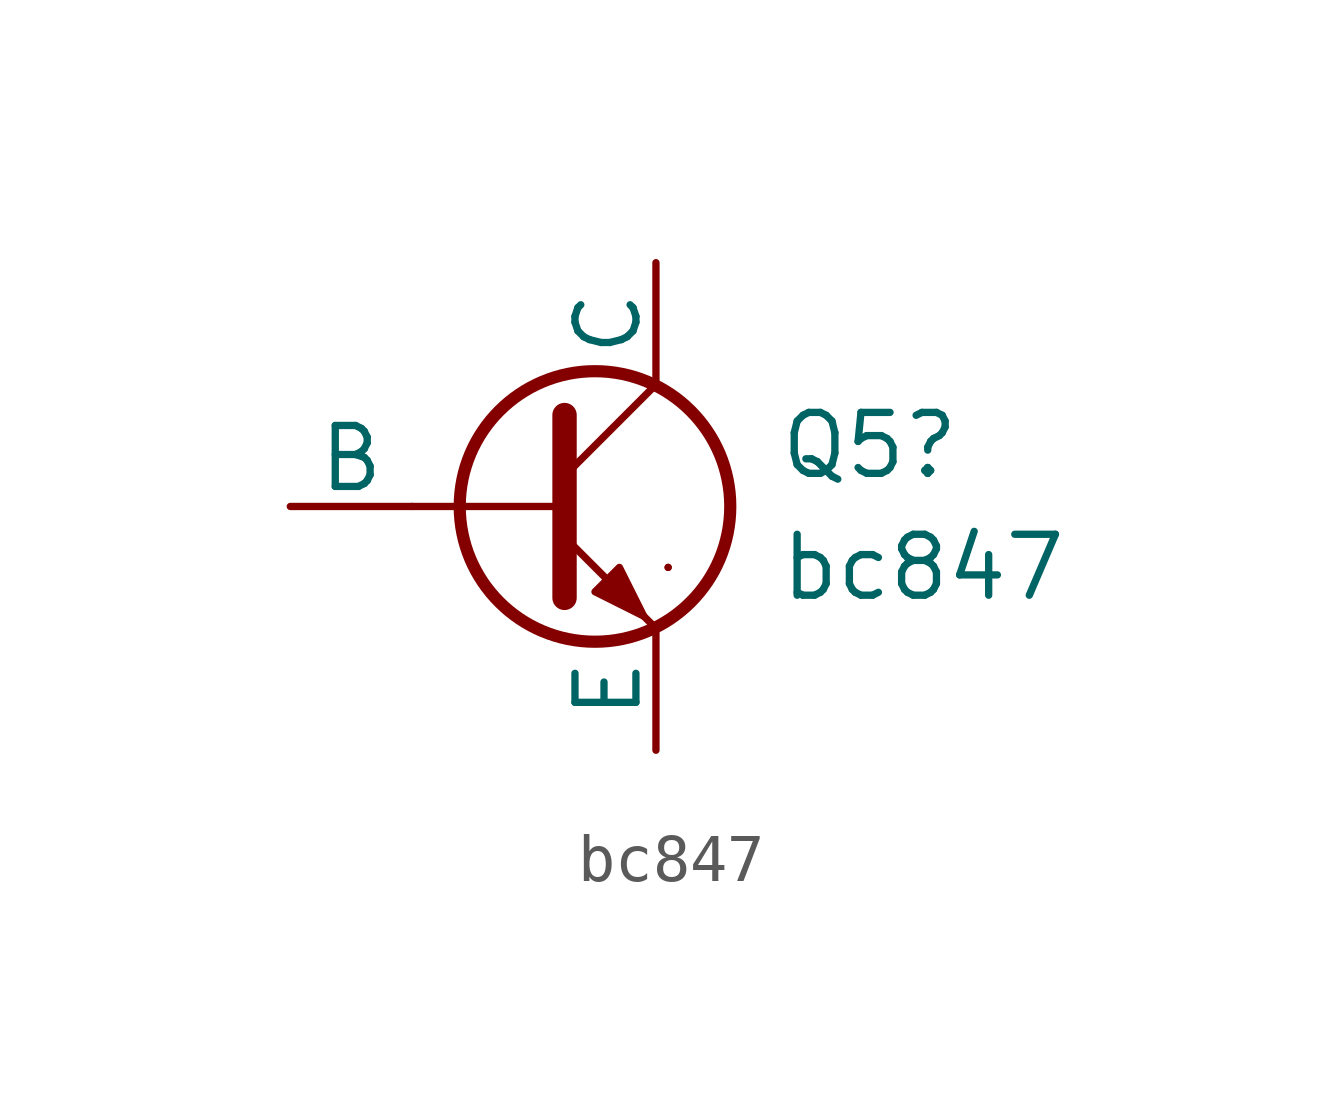
<source format=kicad_sym>
(kicad_symbol_lib
  (version 20241209)
  (generator "kicad_symbol_editor")
  (generator_version "9.0")
  (symbol "bc847"
    (pin_numbers
      (hide yes))
    (pin_names
      (offset 0))
    (property "Reference" "Q5"
      (at 5.08 1.27 0)
      (effects (font (size 1.27 1.27)) (justify left)))
    (property "Value" "bc847"
      (at 5.08 -1.27 0)
      (effects (font (size 1.27 1.27)) (justify left)))
    (symbol "bc847_0_1"
      (polyline (pts (xy -2.54 0) (xy 0.635 0)) (stroke (width 0.152) (type default)) (fill (type none)))
      (polyline (pts (xy 0.635 1.905) (xy 0.635 -1.905) (xy 0.635 -1.905)) (stroke (width 0.508) (type default)) (fill (type none)))
      (polyline (pts (xy 0.635 0.635) (xy 2.54 2.54)) (stroke (width 0) (type default)) (fill (type none)))
      (polyline (pts (xy 0.635 -0.635) (xy 2.54 -2.54) (xy 2.54 -2.54)) (stroke (width 0) (type default)) (fill (type none)))
      (circle (center 1.27 0) (radius 2.819) (stroke (width 0.254) (type default)) (fill (type none)))
      (polyline (pts (xy 1.27 -1.778) (xy 1.778 -1.27) (xy 2.286 -2.286) (xy 1.27 -1.778) (xy 1.27 -1.778)) (stroke (width 0) (type default)) (fill (type outline)))
      (polyline (pts (xy 2.794 -1.27) (xy 2.794 -1.27)) (stroke (width 0.152) (type default)) (fill (type none)))
      (polyline (pts (xy 2.794 -1.27) (xy 2.794 -1.27)) (stroke (width 0.152) (type default)) (fill (type none))))
    (symbol "bc847_1_1"
      (pin input line (at -5.08 0 0) (length 2.54) (name "B" (effects (font (size 1.27 1.27)))) (number "1" (effects (font (size 1.27 1.27)))))
      (pin open_collector line (at 2.54 5.08 270) (length 2.54) (name "C" (effects (font (size 1.27 1.27)))) (number "3" (effects (font (size 1.27 1.27)))))
      (pin open_emitter line (at 2.54 -5.08 90) (length 2.54) (name "E" (effects (font (size 1.27 1.27)))) (number "2" (effects (font (size 1.27 1.27))))))))
</source>
